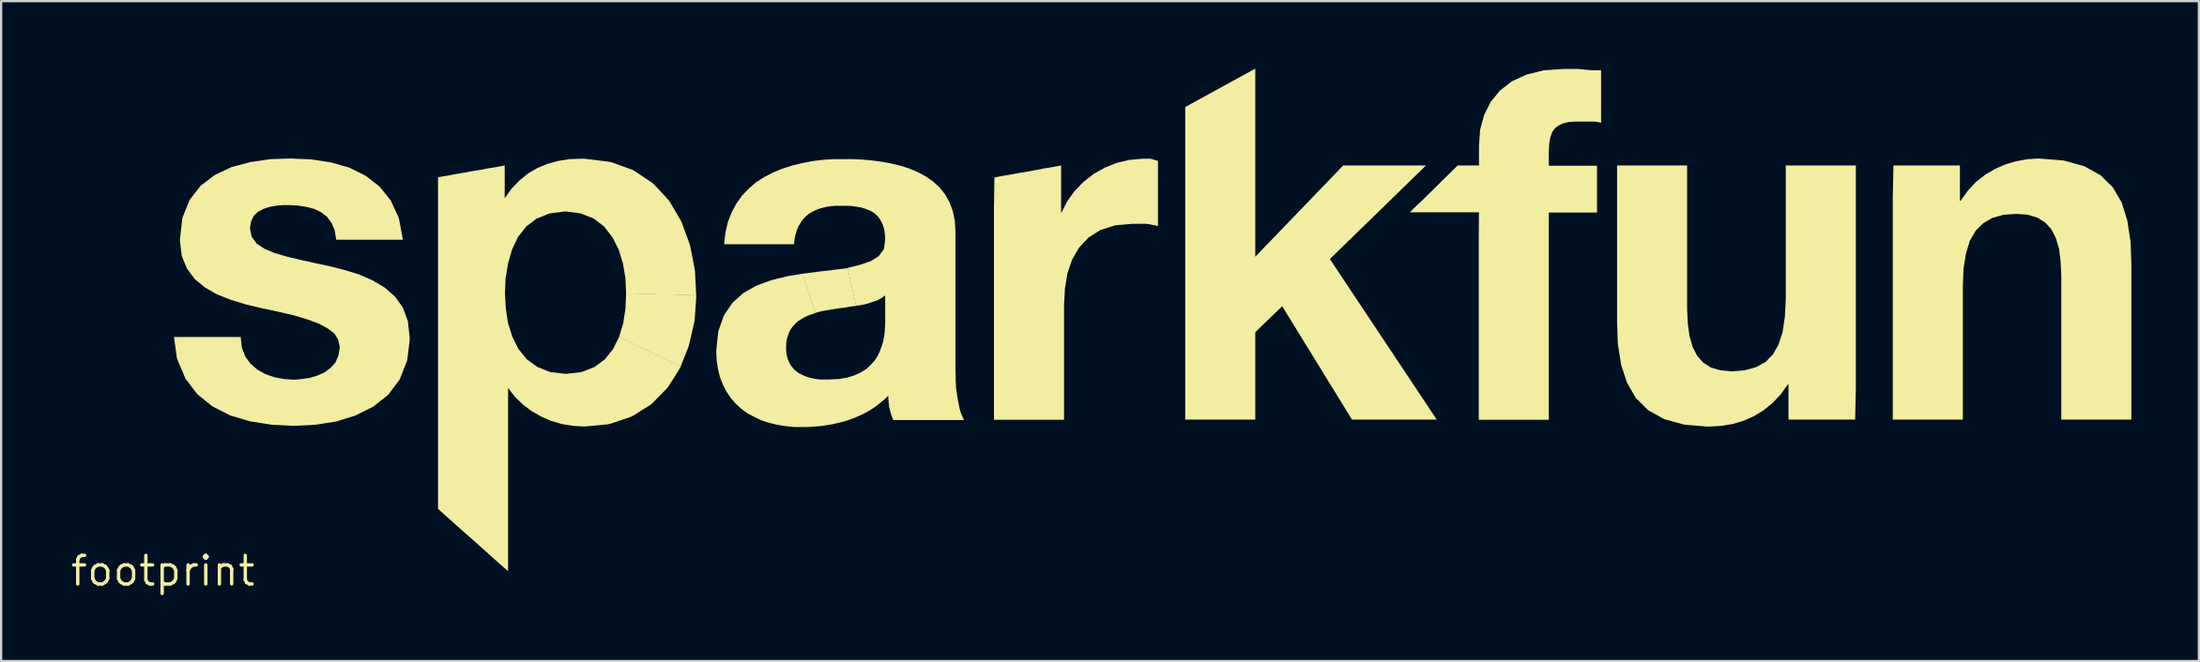
<source format=kicad_pcb>
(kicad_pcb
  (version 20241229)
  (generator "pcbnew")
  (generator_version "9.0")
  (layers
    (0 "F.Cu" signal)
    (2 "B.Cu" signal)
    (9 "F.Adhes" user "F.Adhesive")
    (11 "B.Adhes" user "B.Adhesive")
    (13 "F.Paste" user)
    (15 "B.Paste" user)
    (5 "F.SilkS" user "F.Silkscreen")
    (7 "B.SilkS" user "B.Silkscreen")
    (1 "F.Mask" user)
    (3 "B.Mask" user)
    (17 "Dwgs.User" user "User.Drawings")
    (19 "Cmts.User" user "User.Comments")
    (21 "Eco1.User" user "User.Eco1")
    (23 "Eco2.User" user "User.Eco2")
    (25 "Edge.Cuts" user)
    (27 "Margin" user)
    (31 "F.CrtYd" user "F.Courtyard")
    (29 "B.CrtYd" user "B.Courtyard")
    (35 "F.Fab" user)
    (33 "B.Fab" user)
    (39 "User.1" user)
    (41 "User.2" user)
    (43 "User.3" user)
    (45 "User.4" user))
  (footprint "footprint"
    (layer "F.Cu")
    (at 4.18 22.318)
    (property "Reference" "footprint" (at 0 0 0) (layer "F.SilkS") (effects (font (size 1.27 1.27) (thickness 0.15))))
    (fp_poly (pts (xy 23.675 -12.255) (xy 23.675 -12.11) (xy 23.605 -11.129) (xy 23.575 -10.989) (xy 23.365 -10.069) (xy 23.325 -9.938) (xy 22.983 -9.073) (xy 20.254 -10.397) (xy 20.435 -11.001) (xy 20.535 -11.65) (xy 20.565 -12.335)) (stroke (width 0) (type solid)) (fill yes) (layer "F.SilkS"))
    (fp_poly (pts (xy 48.495 -13.962) (xy 52.398 -18.015) (xy 56.072 -18.015) (xy 51.806 -13.859) (xy 56.549 -6.725) (xy 52.787 -6.725) (xy 49.689 -11.762) (xy 48.495 -10.608) (xy 48.495 -6.725) (xy 45.385 -6.725) (xy 45.385 -20.613) (xy 48.495 -22.318)) (stroke (width 0) (type solid)) (fill yes) (layer "F.SilkS"))
    (fp_poly (pts (xy 30.776 -11.776) (xy 30.591 -11.755) (xy 30.411 -11.725) (xy 30.231 -11.695) (xy 30.041 -11.675) (xy 29.861 -11.645) (xy 29.681 -11.615) (xy 29.491 -11.585) (xy 29.321 -11.555) (xy 29.141 -11.515) (xy 28.967 -11.464) (xy 28.383 -13.204) (xy 29.089 -13.295) (xy 29.769 -13.375) (xy 30.404 -13.456)) (stroke (width 0) (type solid)) (fill yes) (layer "F.SilkS"))
    (fp_poly (pts (xy 39.499 -17.945) (xy 39.875 -18.016) (xy 39.875 -15.915) (xy 39.887 -15.915) (xy 40.146 -16.423) (xy 40.476 -16.883) (xy 40.877 -17.294) (xy 41.327 -17.644) (xy 41.828 -17.925) (xy 42.359 -18.135) (xy 42.919 -18.265) (xy 43.49 -18.315) (xy 43.841 -18.315) (xy 43.921 -18.295) (xy 44.001 -18.265) (xy 44.091 -18.245) (xy 44.175 -18.213) (xy 44.175 -15.324) (xy 44.049 -15.355) (xy 43.929 -15.375) (xy 43.789 -15.405) (xy 43.64 -15.425) (xy 43.06 -15.425) (xy 42.271 -15.355) (xy 41.612 -15.145) (xy 41.083 -14.806) (xy 40.674 -14.367) (xy 40.365 -13.838) (xy 40.155 -13.219) (xy 40.045 -12.539) (xy 40.005 -11.81) (xy 40.005 -6.715) (xy 36.895 -6.715) (xy 36.895 -16.14) (xy 36.915 -17.484) (xy 37.289 -17.555) (xy 37.659 -17.615) (xy 38.029 -17.685) (xy 38.399 -17.745) (xy 38.769 -17.815) (xy 39.129 -17.885)) (stroke (width 0) (type solid)) (fill yes) (layer "F.SilkS"))
    (fp_poly (pts (xy 63.03 -22.285) (xy 63.23 -22.265) (xy 63.44 -22.245) (xy 63.845 -22.245) (xy 63.845 -19.914) (xy 63.699 -19.945) (xy 63.56 -19.965) (xy 62.7 -19.965) (xy 62.411 -19.945) (xy 62.162 -19.885) (xy 61.963 -19.796) (xy 61.794 -19.666) (xy 61.674 -19.498) (xy 61.595 -19.269) (xy 61.545 -18.999) (xy 61.525 -18.68) (xy 61.525 -18.005) (xy 63.665 -18.005) (xy 63.665 -15.925) (xy 61.525 -15.925) (xy 61.525 -6.715) (xy 58.415 -6.715) (xy 58.415 -14.78) (xy 58.425 -15.935) (xy 55.358 -15.935) (xy 55.627 -16.204) (xy 55.897 -16.454) (xy 56.156 -16.714) (xy 56.426 -16.974) (xy 56.686 -17.234) (xy 56.946 -17.494) (xy 57.216 -17.754) (xy 57.478 -18.015) (xy 58.425 -18.015) (xy 58.425 -18.87) (xy 58.475 -19.601) (xy 58.655 -20.262) (xy 58.946 -20.843) (xy 59.356 -21.344) (xy 59.887 -21.754) (xy 60.538 -22.055) (xy 61.309 -22.245) (xy 62.2 -22.305) (xy 62.82 -22.305)) (stroke (width 0) (type solid)) (fill yes) (layer "F.SilkS"))
    (fp_poly (pts (xy 67.665 -11.63) (xy 67.695 -10.98) (xy 67.775 -10.421) (xy 67.915 -9.942) (xy 68.114 -9.553) (xy 68.383 -9.254) (xy 68.722 -9.035) (xy 69.141 -8.915) (xy 69.65 -8.865) (xy 70.229 -8.915) (xy 70.728 -9.055) (xy 71.147 -9.284) (xy 71.476 -9.623) (xy 71.725 -10.062) (xy 71.905 -10.621) (xy 72.005 -11.3) (xy 72.045 -12.09) (xy 72.045 -18.015) (xy 75.155 -18.015) (xy 75.155 -8.13) (xy 75.125 -6.725) (xy 72.165 -6.725) (xy 72.165 -8.285) (xy 72.133 -8.285) (xy 71.814 -7.837) (xy 71.453 -7.456) (xy 71.043 -7.126) (xy 70.612 -6.866) (xy 70.152 -6.665) (xy 69.671 -6.525) (xy 69.181 -6.445) (xy 68.69 -6.415) (xy 68.53 -6.415) (xy 67.559 -6.495) (xy 66.648 -6.745) (xy 65.927 -7.146) (xy 65.386 -7.687) (xy 64.995 -8.368) (xy 64.735 -9.159) (xy 64.595 -10.059) (xy 64.585 -10.18) (xy 64.555 -11.07) (xy 64.555 -18.015) (xy 67.665 -18.015)) (stroke (width 0) (type solid)) (fill yes) (layer "F.SilkS"))
    (fp_poly (pts (xy 83.41 -18.315) (xy 84.381 -18.235) (xy 85.292 -17.985) (xy 86.013 -17.584) (xy 86.564 -17.043) (xy 86.955 -16.372) (xy 87.205 -15.571) (xy 87.345 -14.671) (xy 87.355 -14.55) (xy 87.385 -13.67) (xy 87.385 -6.725) (xy 84.275 -6.725) (xy 84.275 -13.1) (xy 84.245 -13.75) (xy 84.175 -14.319) (xy 84.035 -14.788) (xy 83.836 -15.177) (xy 83.567 -15.476) (xy 83.218 -15.695) (xy 82.799 -15.825) (xy 82.29 -15.865) (xy 81.711 -15.825) (xy 81.212 -15.685) (xy 80.803 -15.446) (xy 80.474 -15.117) (xy 80.215 -14.668) (xy 80.045 -14.109) (xy 79.935 -13.439) (xy 79.905 -12.64) (xy 79.905 -6.725) (xy 76.795 -6.725) (xy 76.795 -16.6) (xy 76.825 -18.015) (xy 79.775 -18.015) (xy 79.775 -16.445) (xy 79.807 -16.445) (xy 80.126 -16.893) (xy 80.487 -17.284) (xy 80.897 -17.604) (xy 81.338 -17.864) (xy 81.798 -18.065) (xy 82.279 -18.205) (xy 82.769 -18.295) (xy 83.26 -18.325)) (stroke (width 0) (type solid)) (fill yes) (layer "F.SilkS"))
    (fp_poly (pts (xy 19.781 -18.185) (xy 19.921 -18.155) (xy 20.842 -17.825) (xy 20.963 -17.754) (xy 21.723 -17.244) (xy 21.824 -17.154) (xy 22.444 -16.483) (xy 22.514 -16.383) (xy 22.984 -15.582) (xy 23.045 -15.452) (xy 23.375 -14.552) (xy 23.415 -14.411) (xy 23.605 -13.431) (xy 23.625 -13.28) (xy 23.675 -12.245) (xy 20.565 -12.325) (xy 20.535 -13.009) (xy 20.425 -13.659) (xy 20.235 -14.278) (xy 19.956 -14.827) (xy 19.596 -15.296) (xy 19.128 -15.656) (xy 18.549 -15.885) (xy 17.87 -15.975) (xy 17.171 -15.885) (xy 16.592 -15.656) (xy 16.134 -15.306) (xy 15.764 -14.837) (xy 15.505 -14.288) (xy 15.325 -13.669) (xy 15.215 -13.009) (xy 15.185 -12.33) (xy 15.225 -11.651) (xy 15.325 -11.001) (xy 15.515 -10.402) (xy 15.784 -9.863) (xy 16.153 -9.404) (xy 16.622 -9.064) (xy 17.201 -8.835) (xy 17.89 -8.755) (xy 18.589 -8.835) (xy 19.168 -9.064) (xy 19.626 -9.404) (xy 19.986 -9.863) (xy 20.258 -10.407) (xy 22.987 -9.082) (xy 22.924 -8.958) (xy 22.444 -8.197) (xy 22.364 -8.097) (xy 21.743 -7.466) (xy 21.653 -7.386) (xy 20.892 -6.906) (xy 20.772 -6.845) (xy 19.881 -6.545) (xy 19.751 -6.515) (xy 18.72 -6.415) (xy 18.209 -6.445) (xy 17.719 -6.525) (xy 17.238 -6.665) (xy 16.798 -6.856) (xy 16.377 -7.096) (xy 15.987 -7.386) (xy 15.636 -7.727) (xy 15.338 -8.115) (xy 15.325 -8.115) (xy 15.325 0.011) (xy 14.927 -0.336) (xy 14.537 -0.686) (xy 14.157 -1.026) (xy 13.767 -1.376) (xy 13.377 -1.716) (xy 12.987 -2.066) (xy 12.607 -2.406) (xy 12.215 -2.758) (xy 12.215 -17.494) (xy 12.589 -17.555) (xy 12.959 -17.625) (xy 13.319 -17.685) (xy 13.689 -17.755) (xy 14.059 -17.815) (xy 14.429 -17.885) (xy 14.799 -17.945) (xy 15.175 -18.016) (xy 15.175 -16.575) (xy 15.187 -16.575) (xy 15.486 -16.993) (xy 15.837 -17.354) (xy 16.217 -17.664) (xy 16.628 -17.904) (xy 17.068 -18.085) (xy 17.539 -18.215) (xy 18.029 -18.295) (xy 18.55 -18.315) (xy 18.71 -18.315)) (stroke (width 0) (type solid)) (fill yes) (layer "F.SilkS"))
    (fp_poly (pts (xy 6.58 -18.285) (xy 7.451 -18.155) (xy 8.262 -17.925) (xy 8.993 -17.564) (xy 9.614 -17.084) (xy 10.114 -16.463) (xy 10.475 -15.682) (xy 10.656 -14.715) (xy 7.696 -14.715) (xy 7.625 -15.139) (xy 7.486 -15.468) (xy 7.286 -15.736) (xy 7.027 -15.936) (xy 6.718 -16.085) (xy 6.369 -16.175) (xy 5.989 -16.235) (xy 5.59 -16.255) (xy 5.31 -16.255) (xy 5.021 -16.225) (xy 4.731 -16.175) (xy 4.462 -16.085) (xy 4.223 -15.956) (xy 4.034 -15.777) (xy 3.915 -15.528) (xy 3.865 -15.22) (xy 3.945 -14.842) (xy 4.163 -14.544) (xy 4.512 -14.314) (xy 4.962 -14.125) (xy 5.501 -13.965) (xy 6.091 -13.825) (xy 6.721 -13.685) (xy 7.381 -13.545) (xy 8.051 -13.375) (xy 8.702 -13.175) (xy 9.302 -12.914) (xy 9.843 -12.594) (xy 10.304 -12.193) (xy 10.654 -11.702) (xy 10.875 -11.101) (xy 10.955 -10.38) (xy 10.955 -10.24) (xy 10.845 -9.349) (xy 10.514 -8.508) (xy 10.004 -7.826) (xy 9.333 -7.296) (xy 8.552 -6.905) (xy 7.681 -6.635) (xy 6.761 -6.495) (xy 5.8 -6.445) (xy 4.829 -6.495) (xy 3.879 -6.645) (xy 2.998 -6.905) (xy 2.207 -7.306) (xy 1.536 -7.846) (xy 1.006 -8.537) (xy 0.645 -9.388) (xy 0.615 -9.499) (xy 0.494 -10.395) (xy 3.454 -10.395) (xy 3.505 -9.931) (xy 3.654 -9.532) (xy 3.884 -9.213) (xy 4.193 -8.944) (xy 4.552 -8.745) (xy 4.951 -8.605) (xy 5.381 -8.525) (xy 5.83 -8.495) (xy 6.159 -8.525) (xy 6.509 -8.575) (xy 6.848 -8.675) (xy 7.167 -8.814) (xy 7.437 -9.014) (xy 7.656 -9.253) (xy 7.795 -9.571) (xy 7.855 -9.94) (xy 7.785 -10.268) (xy 7.616 -10.547) (xy 7.317 -10.776) (xy 6.928 -10.985) (xy 6.418 -11.175) (xy 5.819 -11.355) (xy 5.129 -11.515) (xy 4.339 -11.685) (xy 3.669 -11.845) (xy 3.018 -12.045) (xy 2.408 -12.285) (xy 1.867 -12.596) (xy 1.416 -12.967) (xy 1.066 -13.438) (xy 0.835 -14.009) (xy 0.755 -14.7) (xy 0.865 -15.681) (xy 1.186 -16.483) (xy 1.676 -17.114) (xy 2.307 -17.594) (xy 3.048 -17.945) (xy 3.879 -18.165) (xy 4.76 -18.295) (xy 5.67 -18.325)) (stroke (width 0) (type solid)) (fill yes) (layer "F.SilkS"))
    (fp_poly (pts (xy 31.08 -18.275) (xy 31.511 -18.235) (xy 31.951 -18.175) (xy 32.371 -18.095) (xy 32.781 -17.995) (xy 33.172 -17.865) (xy 33.542 -17.705) (xy 33.893 -17.514) (xy 34.203 -17.294) (xy 34.484 -17.033) (xy 34.724 -16.733) (xy 34.915 -16.392) (xy 35.065 -16.001) (xy 35.155 -15.571) (xy 35.185 -15.09) (xy 35.185 -8.83) (xy 35.195 -8.64) (xy 35.195 -8.46) (xy 35.205 -8.27) (xy 35.215 -8.091) (xy 35.245 -7.921) (xy 35.265 -7.751) (xy 35.325 -7.431) (xy 35.355 -7.281) (xy 35.385 -7.151) (xy 35.425 -7.022) (xy 35.475 -6.902) (xy 35.515 -6.802) (xy 35.568 -6.705) (xy 32.427 -6.705) (xy 32.395 -6.768) (xy 32.375 -6.838) (xy 32.345 -6.898) (xy 32.325 -6.969) (xy 32.305 -7.039) (xy 32.285 -7.109) (xy 32.275 -7.169) (xy 32.255 -7.239) (xy 32.235 -7.309) (xy 32.235 -7.38) (xy 32.225 -7.449) (xy 32.215 -7.52) (xy 32.215 -7.59) (xy 32.205 -7.66) (xy 32.205 -7.788) (xy 32.023 -7.616) (xy 31.823 -7.446) (xy 31.613 -7.286) (xy 31.403 -7.146) (xy 31.172 -7.016) (xy 30.942 -6.905) (xy 30.712 -6.805) (xy 30.472 -6.715) (xy 30.221 -6.635) (xy 29.971 -6.575) (xy 29.711 -6.515) (xy 29.461 -6.475) (xy 29.201 -6.435) (xy 28.94 -6.415) (xy 28.67 -6.395) (xy 28.01 -6.395) (xy 27.629 -6.435) (xy 27.259 -6.495) (xy 26.899 -6.585) (xy 26.558 -6.695) (xy 26.248 -6.846) (xy 25.947 -7.006) (xy 25.677 -7.206) (xy 25.436 -7.426) (xy 25.216 -7.677) (xy 25.026 -7.957) (xy 24.865 -8.268) (xy 24.735 -8.598) (xy 24.645 -8.959) (xy 24.585 -9.35) (xy 24.565 -9.77) (xy 24.655 -10.641) (xy 24.905 -11.352) (xy 25.286 -11.913) (xy 25.777 -12.354) (xy 26.348 -12.675) (xy 26.999 -12.915) (xy 27.679 -13.085) (xy 28.393 -13.206) (xy 28.976 -11.457) (xy 28.802 -11.405) (xy 28.642 -11.345) (xy 28.492 -11.276) (xy 28.353 -11.196) (xy 28.223 -11.116) (xy 28.103 -11.016) (xy 27.994 -10.897) (xy 27.894 -10.777) (xy 27.815 -10.638) (xy 27.755 -10.478) (xy 27.705 -10.319) (xy 27.675 -10.129) (xy 27.665 -9.93) (xy 27.675 -9.721) (xy 27.705 -9.541) (xy 27.755 -9.372) (xy 27.824 -9.222) (xy 27.904 -9.093) (xy 28.004 -8.973) (xy 28.113 -8.874) (xy 28.233 -8.784) (xy 28.372 -8.715) (xy 28.522 -8.645) (xy 28.681 -8.595) (xy 28.841 -8.555) (xy 29.011 -8.525) (xy 29.19 -8.505) (xy 29.56 -8.505) (xy 29.989 -8.525) (xy 30.359 -8.585) (xy 30.688 -8.685) (xy 30.968 -8.814) (xy 31.217 -8.964) (xy 31.416 -9.144) (xy 31.586 -9.333) (xy 31.716 -9.532) (xy 31.825 -9.752) (xy 31.905 -9.972) (xy 31.975 -10.181) (xy 32.015 -10.401) (xy 32.045 -10.601) (xy 32.055 -10.78) (xy 32.065 -10.95) (xy 32.065 -12.24) (xy 31.963 -12.166) (xy 31.853 -12.096) (xy 31.722 -12.025) (xy 31.582 -11.975) (xy 31.432 -11.925) (xy 31.281 -11.875) (xy 31.111 -11.835) (xy 30.951 -11.805) (xy 30.766 -11.785) (xy 30.394 -13.464) (xy 30.959 -13.605) (xy 31.428 -13.765) (xy 31.777 -13.984) (xy 32.005 -14.292) (xy 32.065 -14.71) (xy 32.055 -14.94) (xy 32.025 -15.149) (xy 31.975 -15.338) (xy 31.906 -15.498) (xy 31.826 -15.637) (xy 31.726 -15.767) (xy 31.607 -15.876) (xy 31.478 -15.966) (xy 31.328 -16.035) (xy 31.178 -16.095) (xy 31.009 -16.145) (xy 30.839 -16.175) (xy 30.659 -16.205) (xy 30.46 -16.225) (xy 29.85 -16.225) (xy 29.641 -16.205) (xy 29.441 -16.175) (xy 29.251 -16.125) (xy 29.082 -16.075) (xy 28.922 -16.005) (xy 28.773 -15.926) (xy 28.633 -15.836) (xy 28.514 -15.726) (xy 28.394 -15.597) (xy 28.304 -15.457) (xy 28.214 -15.308) (xy 28.145 -15.138) (xy 28.085 -14.949) (xy 28.045 -14.749) (xy 28.014 -14.515) (xy 24.914 -14.515) (xy 24.975 -15.041) (xy 25.085 -15.511) (xy 25.255 -15.942) (xy 25.466 -16.333) (xy 25.716 -16.683) (xy 26.007 -16.984) (xy 26.327 -17.264) (xy 26.687 -17.494) (xy 27.068 -17.695) (xy 27.478 -17.865) (xy 27.909 -18.005) (xy 28.349 -18.115) (xy 28.809 -18.205) (xy 29.28 -18.265) (xy 29.75 -18.295) (xy 30.65 -18.295)) (stroke (width 0) (type solid)) (fill yes) (layer "F.SilkS")))
  (gr_rect
    (start -3 -3)
    (end 94.565 26.325)
    (stroke (width 0.1) (type default))
    (fill no)
    (layer "Edge.Cuts")))
</source>
